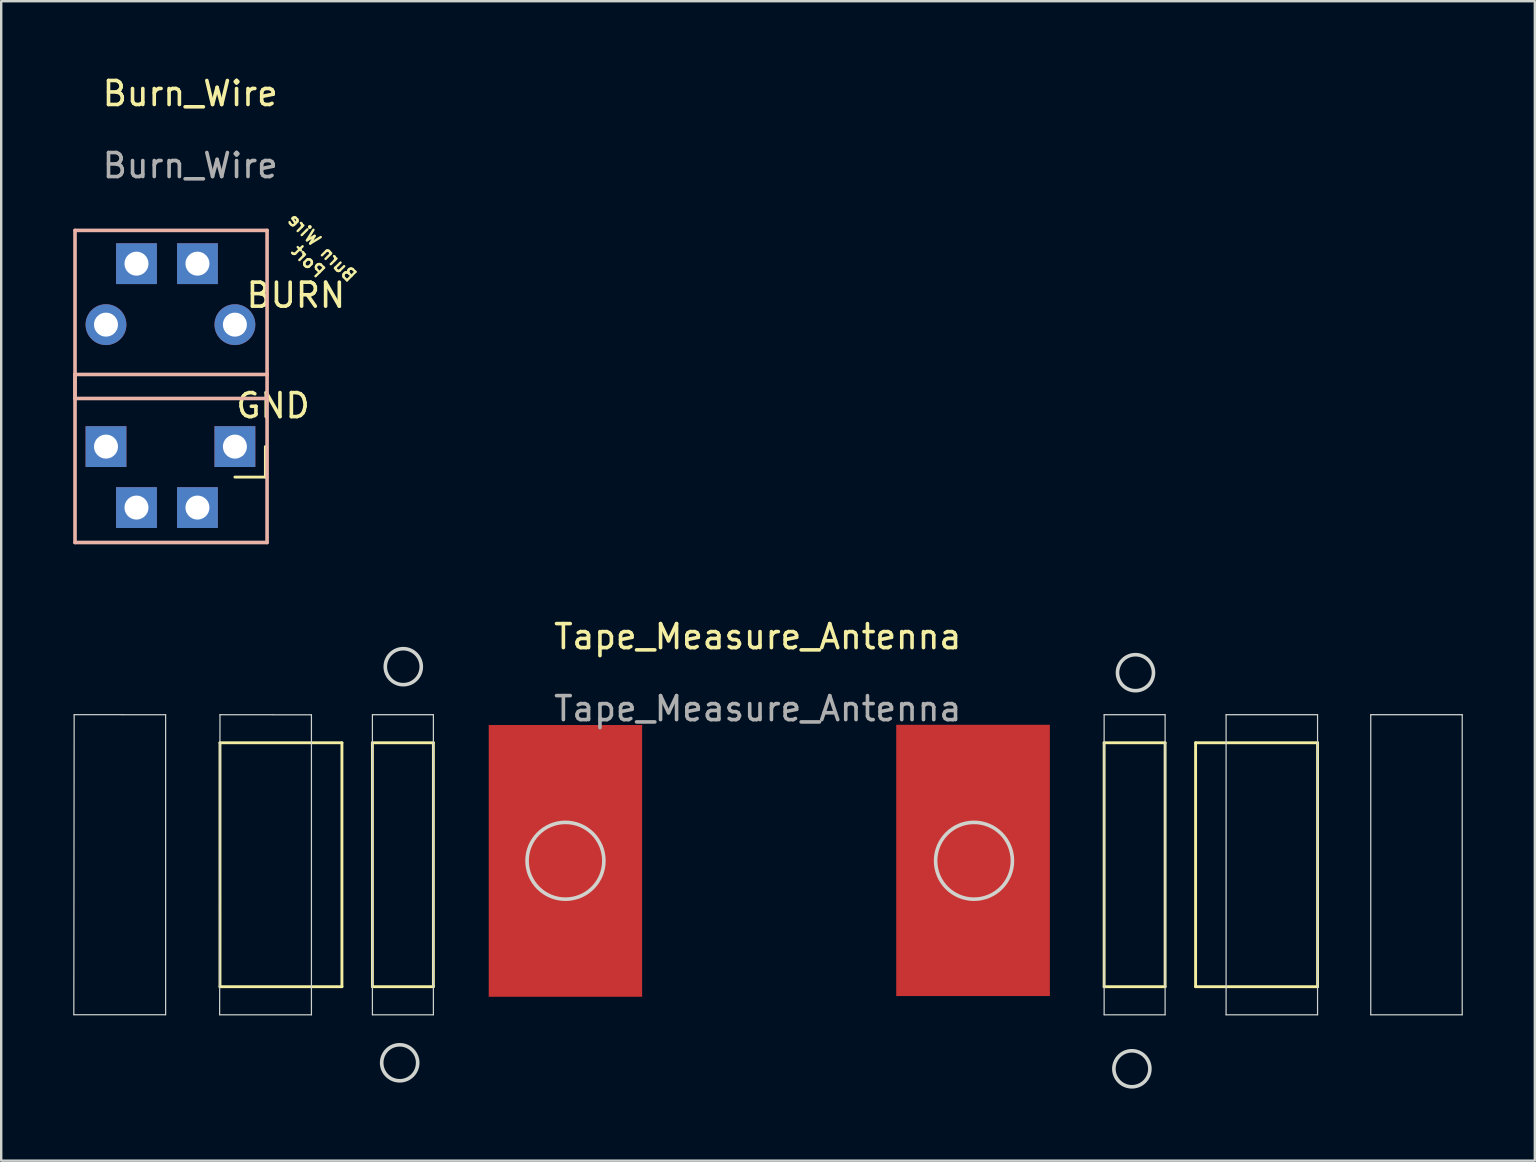
<source format=kicad_pcb>
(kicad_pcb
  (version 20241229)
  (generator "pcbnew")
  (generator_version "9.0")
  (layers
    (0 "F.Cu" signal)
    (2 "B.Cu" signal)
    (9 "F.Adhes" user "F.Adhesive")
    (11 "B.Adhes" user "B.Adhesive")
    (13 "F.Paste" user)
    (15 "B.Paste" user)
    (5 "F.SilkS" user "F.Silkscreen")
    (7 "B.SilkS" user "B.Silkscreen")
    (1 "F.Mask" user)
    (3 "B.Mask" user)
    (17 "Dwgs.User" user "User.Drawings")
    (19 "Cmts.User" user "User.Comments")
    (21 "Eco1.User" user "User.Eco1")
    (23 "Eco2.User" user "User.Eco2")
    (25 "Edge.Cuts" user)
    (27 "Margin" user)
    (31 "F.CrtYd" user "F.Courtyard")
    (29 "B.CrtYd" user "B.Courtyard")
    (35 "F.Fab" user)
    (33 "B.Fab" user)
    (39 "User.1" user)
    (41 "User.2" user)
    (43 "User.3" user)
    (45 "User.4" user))
  (footprint "Burn_Wire"
    (layer "F.Cu")
    (at 4.875 1.348)
    (property "Reference" "Burn_Wire" (at 0 -0.5 0) (unlocked yes) (layer "F.SilkS") (effects (font (size 1 1) (thickness 0.15))))
    (attr smd)
    (fp_line (start 3.13 14.205) (end 3.13 15.475) (stroke (width 0.12) (type solid)) (layer "F.SilkS"))
    (fp_line (start 3.13 15.475) (end 1.86 15.475) (stroke (width 0.12) (type solid)) (layer "F.SilkS"))
    (fp_line (start -4.8 5.2) (end 3.2 5.2) (stroke (width 0.15) (type solid)) (layer "B.SilkS"))
    (fp_line (start -4.8 11.2) (end -4.8 12.2) (stroke (width 0.15) (type solid)) (layer "B.SilkS"))
    (fp_line (start -4.8 12.2) (end 3.2 12.2) (stroke (width 0.15) (type solid)) (layer "B.SilkS"))
    (fp_line (start -4.8 18.2) (end -4.8 5.2) (stroke (width 0.15) (type solid)) (layer "B.SilkS"))
    (fp_line (start 3.2 5.2) (end 3.2 18.2) (stroke (width 0.15) (type solid)) (layer "B.SilkS"))
    (fp_line (start 3.2 11.2) (end -4.8 11.2) (stroke (width 0.15) (type solid)) (layer "B.SilkS"))
    (fp_line (start 3.2 18.2) (end -4.8 18.2) (stroke (width 0.15) (type solid)) (layer "B.SilkS"))
    (fp_line (start 2.18 9.445) (end 2.18 8.805) (stroke (width 0.1) (type solid)) (layer "F.Fab"))
    (fp_line (start 2.18 14.525) (end 2.18 13.885) (stroke (width 0.1) (type solid)) (layer "F.Fab"))
    (fp_text user "BURN" (at 4.4 7.9 0) (layer "F.SilkS") (effects (font (size 1 1) (thickness 0.15))))
    (fp_text user "GND" (at 3.45 12.5 0) (layer "F.SilkS") (effects (font (size 1 1) (thickness 0.15))))
    (fp_text user "Burn Wire\nPort" (at 5.2 6.2 315) (unlocked yes) (layer "F.SilkS") (effects (font (size 0.5 0.5) (thickness 0.1)) (justify mirror)))
    (fp_text user "${REFERENCE}" (at 0 2.5 0) (unlocked yes) (layer "F.Fab") (effects (font (size 1 1) (thickness 0.15))))
    (pad "1" thru_hole oval (at -3.51 9.125 180) (size 1.7 1.7) (drill 1) (layers "*.Cu" "*.Mask"))
    (pad "1" thru_hole rect (at -2.24 6.585 180) (size 1.7 1.7) (drill 1) (layers "*.Cu" "*.Mask"))
    (pad "1" thru_hole rect (at 0.3 6.585 180) (size 1.7 1.7) (drill 1) (layers "*.Cu" "*.Mask"))
    (pad "1" thru_hole oval (at 1.86 9.125 180) (size 1.7 1.7) (drill 1) (layers "*.Cu" "*.Mask"))
    (pad "2" thru_hole rect (at -3.51 14.205 180) (size 1.7 1.7) (drill 1) (layers "*.Cu" "*.Mask"))
    (pad "2" thru_hole rect (at -2.24 16.745 180) (size 1.7 1.7) (drill 1) (layers "*.Cu" "*.Mask"))
    (pad "2" thru_hole rect (at 0.3 16.745 180) (size 1.7 1.7) (drill 1) (layers "*.Cu" "*.Mask"))
    (pad "2" thru_hole rect (at 1.86 14.205 180) (size 1.7 1.7) (drill 1) (layers "*.Cu" "*.Mask")))
  (footprint "Tape_Measure_Antenna"
    (layer "F.Cu")
    (at 28.513 23.971)
    (property "Reference" "Tape_Measure_Antenna" (at 0 -0.5 0) (unlocked yes) (layer "F.SilkS") (effects (font (size 1 1) (thickness 0.15))))
    (attr smd)
    (fp_line (start -22.4 3.92) (end -22.4 14.08) (stroke (width 0.12) (type solid)) (layer "F.SilkS"))
    (fp_line (start -22.4 14.08) (end -17.32 14.08) (stroke (width 0.12) (type solid)) (layer "F.SilkS"))
    (fp_line (start -17.32 3.92) (end -22.4 3.92) (stroke (width 0.12) (type solid)) (layer "F.SilkS"))
    (fp_line (start -17.32 14.08) (end -17.32 3.92) (stroke (width 0.12) (type solid)) (layer "F.SilkS"))
    (fp_line (start -16.05 3.92) (end -16.05 14.08) (stroke (width 0.12) (type solid)) (layer "F.SilkS"))
    (fp_line (start -16.05 14.08) (end -13.51 14.08) (stroke (width 0.12) (type solid)) (layer "F.SilkS"))
    (fp_line (start -13.51 3.92) (end -16.05 3.92) (stroke (width 0.12) (type solid)) (layer "F.SilkS"))
    (fp_line (start -13.51 3.92) (end -13.51 14.08) (stroke (width 0.12) (type solid)) (layer "F.SilkS"))
    (fp_line (start 14.43 3.92) (end 14.43 14.08) (stroke (width 0.12) (type solid)) (layer "F.SilkS"))
    (fp_line (start 14.43 14.08) (end 16.97 14.08) (stroke (width 0.12) (type solid)) (layer "F.SilkS"))
    (fp_line (start 16.97 3.92) (end 14.43 3.92) (stroke (width 0.12) (type solid)) (layer "F.SilkS"))
    (fp_line (start 16.97 14.08) (end 16.97 3.92) (stroke (width 0.12) (type solid)) (layer "F.SilkS"))
    (fp_line (start 18.24 3.92) (end 18.24 14.08) (stroke (width 0.12) (type solid)) (layer "F.SilkS"))
    (fp_line (start 18.24 14.08) (end 23.32 14.08) (stroke (width 0.12) (type solid)) (layer "F.SilkS"))
    (fp_line (start 23.32 3.92) (end 18.24 3.92) (stroke (width 0.12) (type solid)) (layer "F.SilkS"))
    (fp_line (start 23.32 3.92) (end 23.32 14.08) (stroke (width 0.12) (type solid)) (layer "F.SilkS"))
    (fp_line (start -28.488 15.248) (end -24.664 15.248) (stroke (width 0.05) (type solid)) (layer "Edge.Cuts"))
    (fp_line (start -28.474 2.748) (end -28.488 15.248) (stroke (width 0.05) (type solid)) (layer "Edge.Cuts"))
    (fp_line (start -24.664 2.752) (end -28.474 2.748) (stroke (width 0.05) (type solid)) (layer "Edge.Cuts"))
    (fp_line (start -24.664 15.248) (end -24.664 2.752) (stroke (width 0.05) (type solid)) (layer "Edge.Cuts"))
    (fp_line (start -22.414 15.25) (end -18.59 15.25) (stroke (width 0.05) (type solid)) (layer "Edge.Cuts"))
    (fp_line (start -22.4 2.75) (end -22.414 15.25) (stroke (width 0.05) (type solid)) (layer "Edge.Cuts"))
    (fp_line (start -18.59 2.755) (end -22.4 2.75) (stroke (width 0.05) (type solid)) (layer "Edge.Cuts"))
    (fp_line (start -18.59 15.25) (end -18.59 2.755) (stroke (width 0.05) (type solid)) (layer "Edge.Cuts"))
    (fp_line (start -16.05 2.75) (end -13.51 2.75) (stroke (width 0.05) (type solid)) (layer "Edge.Cuts"))
    (fp_line (start -16.05 15.25) (end -16.05 2.75) (stroke (width 0.05) (type solid)) (layer "Edge.Cuts"))
    (fp_line (start -13.51 2.75) (end -13.51 15.25) (stroke (width 0.05) (type solid)) (layer "Edge.Cuts"))
    (fp_line (start -13.51 15.25) (end -16.05 15.25) (stroke (width 0.05) (type solid)) (layer "Edge.Cuts"))
    (fp_line (start 14.43 2.75) (end 14.43 15.25) (stroke (width 0.05) (type solid)) (layer "Edge.Cuts"))
    (fp_line (start 14.43 15.25) (end 16.97 15.25) (stroke (width 0.05) (type solid)) (layer "Edge.Cuts"))
    (fp_line (start 16.97 2.75) (end 14.43 2.75) (stroke (width 0.05) (type solid)) (layer "Edge.Cuts"))
    (fp_line (start 16.97 15.25) (end 16.97 2.75) (stroke (width 0.05) (type solid)) (layer "Edge.Cuts"))
    (fp_line (start 19.51 2.75) (end 19.51 15.25) (stroke (width 0.05) (type solid)) (layer "Edge.Cuts"))
    (fp_line (start 19.51 15.25) (end 23.32 15.25) (stroke (width 0.05) (type solid)) (layer "Edge.Cuts"))
    (fp_line (start 23.32 2.75) (end 19.51 2.75) (stroke (width 0.05) (type solid)) (layer "Edge.Cuts"))
    (fp_line (start 23.32 15.25) (end 23.32 2.75) (stroke (width 0.05) (type solid)) (layer "Edge.Cuts"))
    (fp_line (start 25.536 2.75) (end 25.536 15.25) (stroke (width 0.05) (type solid)) (layer "Edge.Cuts"))
    (fp_line (start 25.536 15.25) (end 29.346 15.25) (stroke (width 0.05) (type solid)) (layer "Edge.Cuts"))
    (fp_line (start 29.346 2.75) (end 25.536 2.75) (stroke (width 0.05) (type solid)) (layer "Edge.Cuts"))
    (fp_line (start 29.346 15.25) (end 29.346 2.75) (stroke (width 0.05) (type solid)) (layer "Edge.Cuts"))
    (fp_circle (center -14.914 17.25) (end -15.664 17.25) (stroke (width 0.15) (type solid)) (fill no) (layer "Edge.Cuts"))
    (fp_circle (center -14.764 0.75) (end -14.014 0.75) (stroke (width 0.15) (type solid)) (fill no) (layer "Edge.Cuts"))
    (fp_circle (center -8.008 8.835) (end -6.408 8.835) (stroke (width 0.15) (type solid)) (fill no) (layer "Edge.Cuts"))
    (fp_circle (center 9.01 8.835) (end 10.61 8.835) (stroke (width 0.15) (type solid)) (fill no) (layer "Edge.Cuts"))
    (fp_circle (center 15.586 17.5) (end 16.336 17.5) (stroke (width 0.15) (type solid)) (fill no) (layer "Edge.Cuts"))
    (fp_circle (center 15.736 1) (end 16.486 1) (stroke (width 0.15) (type solid)) (fill no) (layer "Edge.Cuts"))
    (fp_text user "${REFERENCE}" (at 0 2.5 0) (unlocked yes) (layer "F.Fab") (effects (font (size 1 1) (thickness 0.15))))
    (pad "1" smd rect (at -8.01 8.84) (size 6.39 11.32) (layers "F.Cu" "F.Mask" "F.Paste"))
    (pad "2" smd rect (at 8.97 8.82) (size 6.4 11.3) (layers "F.Cu" "F.Mask" "F.Paste")))
  (gr_rect
    (start -3 -3)
    (end 60.884 45.297)
    (stroke (width 0.1) (type default))
    (fill no)
    (layer "Edge.Cuts")))
</source>
